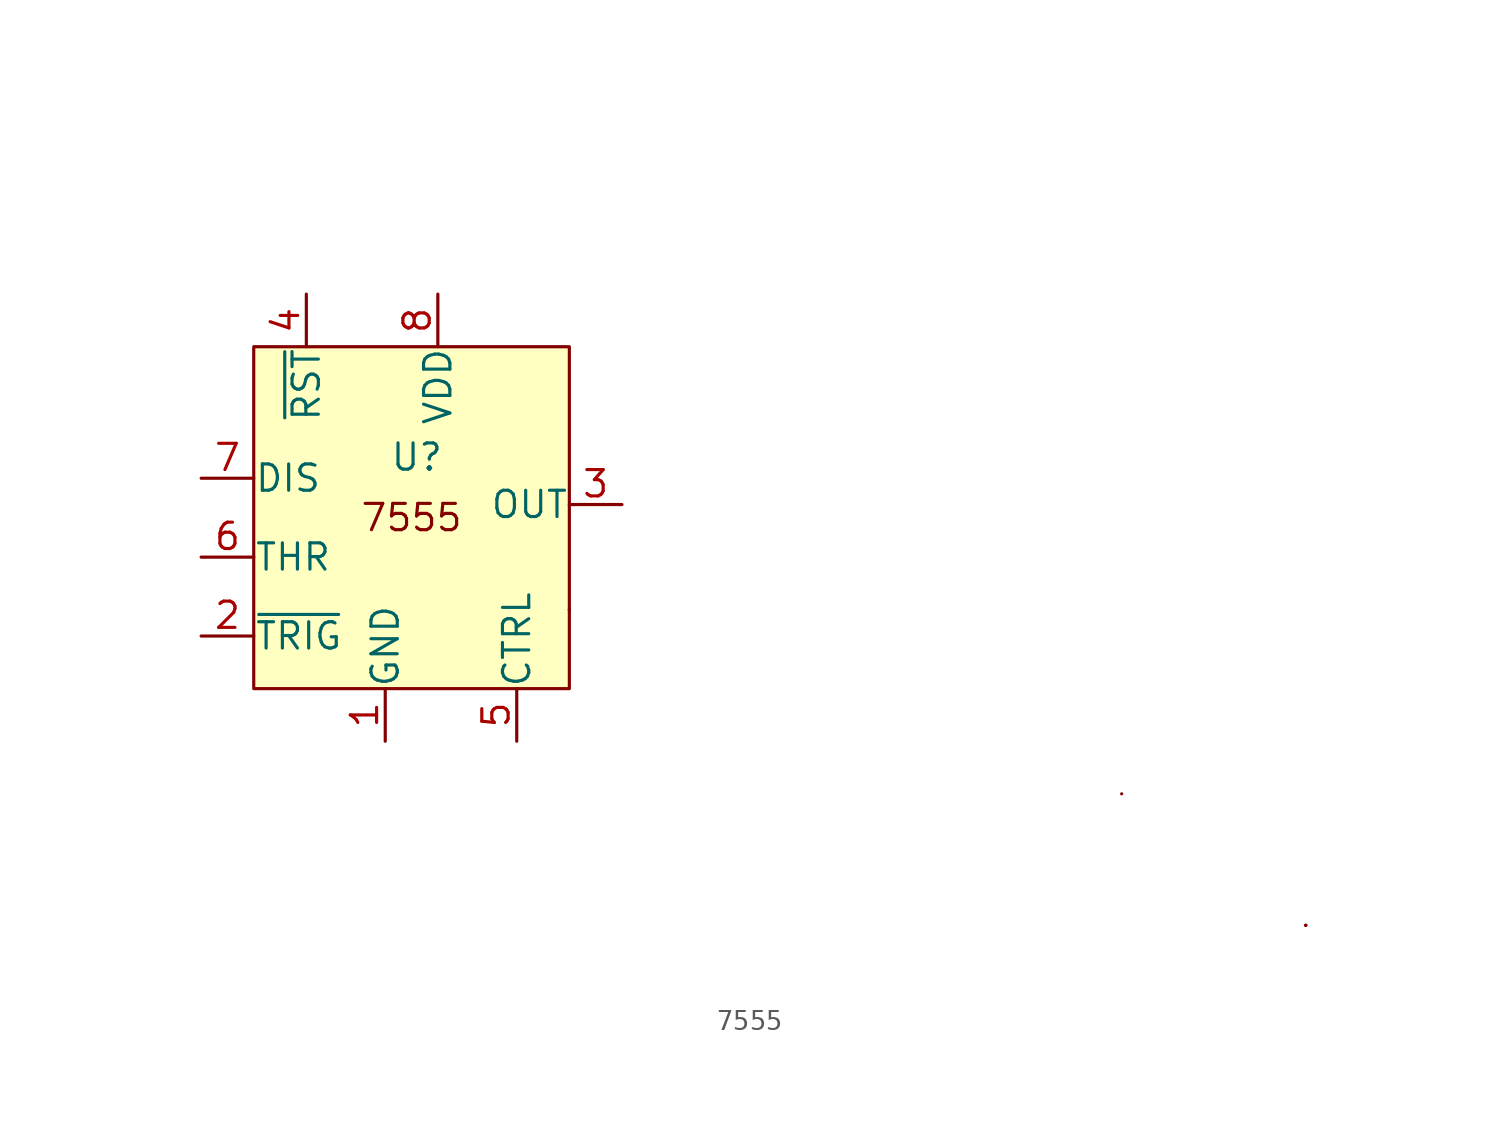
<source format=kicad_sym>
(kicad_symbol_lib
  (version 20231120)
  (generator "kicad_symbol_editor")
  (generator_version "8.0")
  (symbol "7555"
    (pin_names
      (offset 0.013))
    (property "Reference" "U"
      (at -6.096 -12.954 0)
      (effects (font (size 1.27 1.27))))
    (property "Value" ""
      (at -1.778 1.016 0)
      (effects (font (size 1.27 1.27) (thickness 0.254) (bold yes))))
    (symbol "7555_0_1"
      (rectangle (start 27.94 -29.21) (end 27.94 -29.21) (stroke (width 0) (type default)) (fill (type none)))
      (rectangle (start 36.83 -35.56) (end 36.83 -35.56) (stroke (width 0) (type default)) (fill (type none)))
      (rectangle (start 36.83 -35.56) (end 36.83 -35.56) (stroke (width 0) (type default)) (fill (type none)))
      (rectangle (start 36.83 -35.56) (end 36.83 -35.56) (stroke (width 0) (type default)) (fill (type none))))
    (symbol "7555_1_1"
      (rectangle (start 1.27 -20.32) (end 1.27 -20.32) (stroke (width 0) (type default)) (fill (type none)))
      (rectangle (start 1.27 -20.32) (end 1.27 -20.32) (stroke (width 0) (type default)) (fill (type none)))
      (text_box "7555" (at -13.97 -7.62 0) (size 15.24 -16.51) (stroke (width 0) (type default)) (fill (type color) (color 255 255 194 1)) (effects (font (size 1.27 1.27))))
      (pin power_in line (at -7.62 -26.67 90) (length 2.54) (name "GND" (effects (font (size 1.27 1.27)))) (number "1" (effects (font (size 1.27 1.27)))))
      (pin input line (at -16.51 -21.59 0) (length 2.54) (name "~{TRIG}" (effects (font (size 1.27 1.27)))) (number "2" (effects (font (size 1.27 1.27)))))
      (pin output line (at 3.81 -15.24 180) (length 2.54) (name "OUT" (effects (font (size 1.27 1.27)))) (number "3" (effects (font (size 1.27 1.27)))))
      (pin input line (at -11.43 -5.08 270) (length 2.54) (name "~{RST}" (effects (font (size 1.27 1.27)))) (number "4" (effects (font (size 1.27 1.27)))))
      (pin input line (at -1.27 -26.67 90) (length 2.54) (name "CTRL" (effects (font (size 1.27 1.27)))) (number "5" (effects (font (size 1.27 1.27)))))
      (pin input line (at -16.51 -17.78 0) (length 2.54) (name "THR" (effects (font (size 1.27 1.27)))) (number "6" (effects (font (size 1.27 1.27)))))
      (pin input line (at -16.51 -13.97 0) (length 2.54) (name "DIS" (effects (font (size 1.27 1.27)))) (number "7" (effects (font (size 1.27 1.27)))))
      (pin power_in line (at -5.08 -5.08 270) (length 2.54) (name "VDD" (effects (font (size 1.27 1.27)))) (number "8" (effects (font (size 1.27 1.27))))))))
</source>
